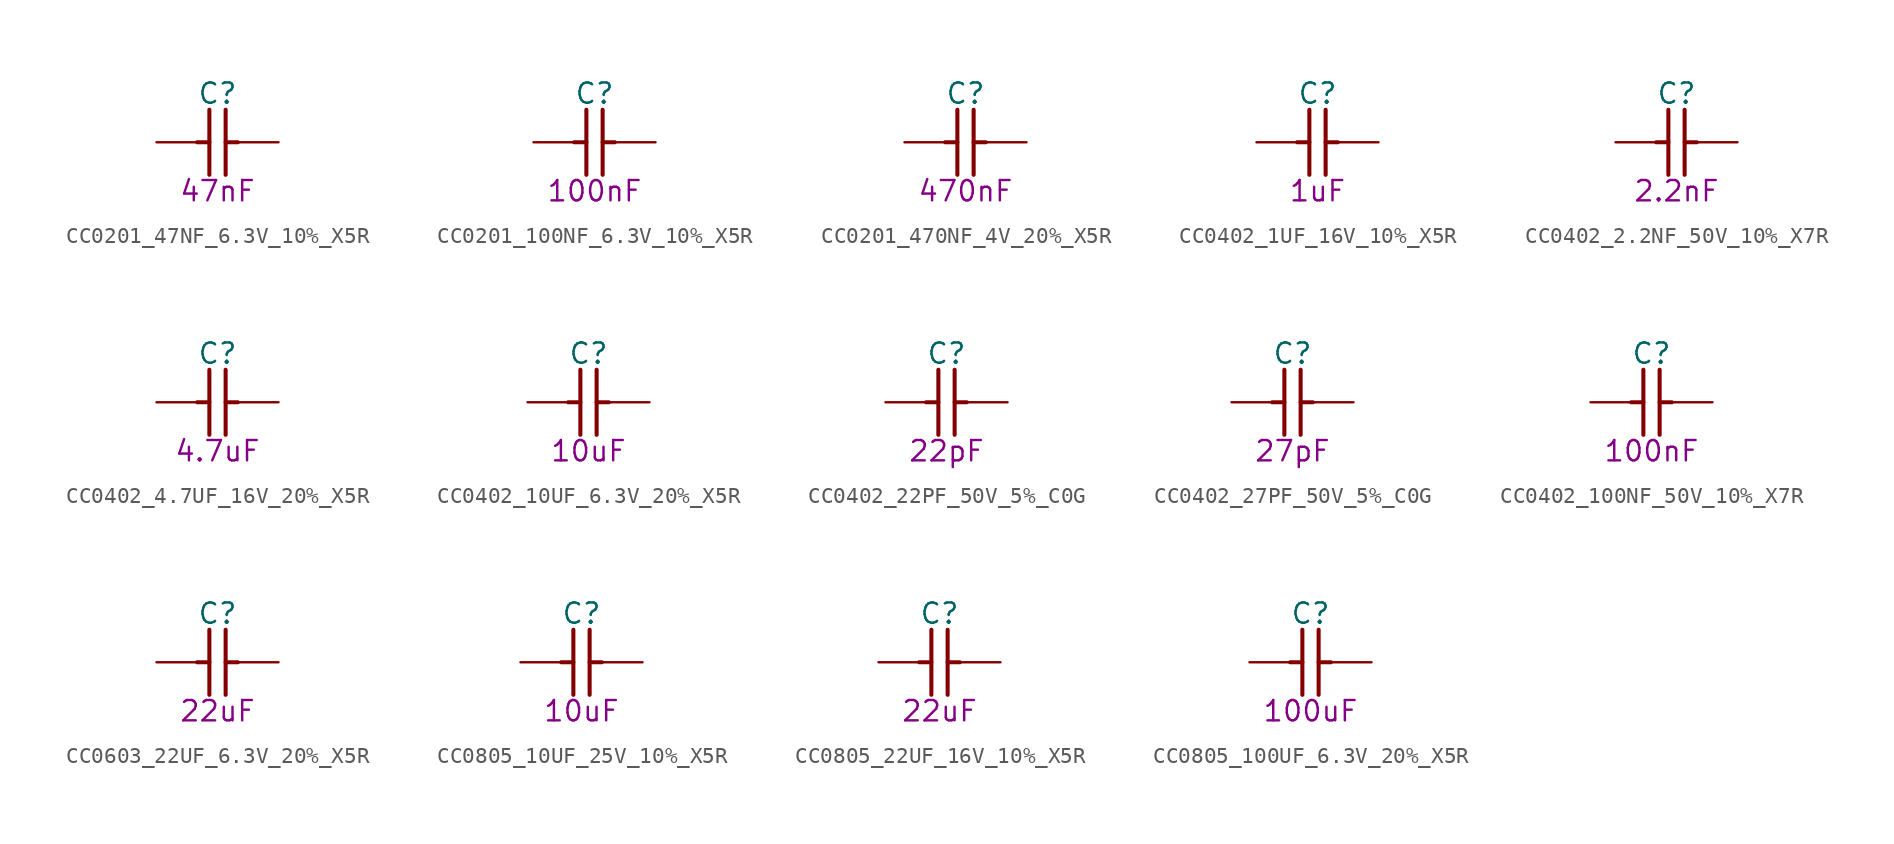
<source format=kicad_sym>
(kicad_symbol_lib
  (version 20241209)
  (generator "kicad_symbol_editor")
  (generator_version "9.0")
  (symbol "CC0201_47NF_6.3V_10%_X5R"
    (pin_names
      (offset 1.27))
    (property "Reference" "C"
      (at 3.81 3.048 0)
      (effects (font (size 1.27 1.27))))
    (property "Val" "47nF"
      (at 3.81 -3.048 0)
      (effects (font (size 1.27 1.27))))
    (property "ki_locked" ""
      (at 0 0 0)
      (effects (font (size 1.27 1.27))))
    (symbol "CC0201_47NF_6.3V_10%_X5R_0_1"
      (polyline (pts (xy 2.54 0) (xy 3.302 0)) (stroke (width 0.254) (type solid)) (fill (type none)))
      (polyline (pts (xy 3.302 -2.032) (xy 3.302 2.032)) (stroke (width 0.254) (type solid)) (fill (type none)))
      (polyline (pts (xy 4.318 2.032) (xy 4.318 -2.032)) (stroke (width 0.254) (type solid)) (fill (type none)))
      (polyline (pts (xy 5.08 0) (xy 4.318 0)) (stroke (width 0.254) (type solid)) (fill (type none)))
      (pin passive line (at 0 0 0) (length 2.54) (name "1" (effects (font (size 0 0)))) (number "1" (effects (font (size 0 0)))))
      (pin passive line (at 7.62 0 180) (length 2.54) (name "2" (effects (font (size 0 0)))) (number "2" (effects (font (size 0 0)))))))
  (symbol "CC0201_100NF_6.3V_10%_X5R"
    (pin_names
      (offset 1.27))
    (property "Reference" "C"
      (at 3.81 3.048 0)
      (effects (font (size 1.27 1.27))))
    (property "Val" "100nF"
      (at 3.81 -3.048 0)
      (effects (font (size 1.27 1.27))))
    (property "ki_locked" ""
      (at 0 0 0)
      (effects (font (size 1.27 1.27))))
    (symbol "CC0201_100NF_6.3V_10%_X5R_0_1"
      (polyline (pts (xy 2.54 0) (xy 3.302 0)) (stroke (width 0.254) (type default)) (fill (type none)))
      (polyline (pts (xy 3.302 -2.032) (xy 3.302 2.032)) (stroke (width 0.254) (type default)) (fill (type none)))
      (polyline (pts (xy 4.318 2.032) (xy 4.318 -2.032)) (stroke (width 0.254) (type default)) (fill (type none)))
      (polyline (pts (xy 5.08 0) (xy 4.318 0)) (stroke (width 0.254) (type default)) (fill (type none)))
      (pin passive line (at 0 0 0) (length 2.54) (name "1" (effects (font (size 0 0)))) (number "1" (effects (font (size 0 0)))))
      (pin passive line (at 7.62 0 180) (length 2.54) (name "2" (effects (font (size 0 0)))) (number "2" (effects (font (size 0 0)))))))
  (symbol "CC0201_470NF_4V_20%_X5R"
    (pin_names
      (offset 1.27))
    (property "Reference" "C"
      (at 3.81 3.048 0)
      (effects (font (size 1.27 1.27))))
    (property "Val" "470nF"
      (at 3.81 -3.048 0)
      (effects (font (size 1.27 1.27))))
    (property "ki_locked" ""
      (at 0 0 0)
      (effects (font (size 1.27 1.27))))
    (symbol "CC0201_470NF_4V_20%_X5R_0_1"
      (polyline (pts (xy 2.54 0) (xy 3.302 0)) (stroke (width 0.254) (type solid)) (fill (type none)))
      (polyline (pts (xy 3.302 -2.032) (xy 3.302 2.032)) (stroke (width 0.254) (type solid)) (fill (type none)))
      (polyline (pts (xy 4.318 2.032) (xy 4.318 -2.032)) (stroke (width 0.254) (type solid)) (fill (type none)))
      (polyline (pts (xy 5.08 0) (xy 4.318 0)) (stroke (width 0.254) (type solid)) (fill (type none)))
      (pin passive line (at 0 0 0) (length 2.54) (name "1" (effects (font (size 0 0)))) (number "1" (effects (font (size 0 0)))))
      (pin passive line (at 7.62 0 180) (length 2.54) (name "2" (effects (font (size 0 0)))) (number "2" (effects (font (size 0 0)))))))
  (symbol "CC0402_1UF_16V_10%_X5R"
    (pin_names
      (offset 1.27))
    (property "Reference" "C"
      (at 3.81 3.048 0)
      (effects (font (size 1.27 1.27))))
    (property "Val" "1uF"
      (at 3.81 -3.048 0)
      (effects (font (size 1.27 1.27))))
    (property "ki_locked" ""
      (at 0 0 0)
      (effects (font (size 1.27 1.27))))
    (symbol "CC0402_1UF_16V_10%_X5R_0_1"
      (polyline (pts (xy 2.54 0) (xy 3.302 0)) (stroke (width 0.254) (type default)) (fill (type none)))
      (polyline (pts (xy 3.302 -2.032) (xy 3.302 2.032)) (stroke (width 0.254) (type default)) (fill (type none)))
      (polyline (pts (xy 4.318 2.032) (xy 4.318 -2.032)) (stroke (width 0.254) (type default)) (fill (type none)))
      (polyline (pts (xy 5.08 0) (xy 4.318 0)) (stroke (width 0.254) (type default)) (fill (type none)))
      (pin passive line (at 0 0 0) (length 2.54) (name "1" (effects (font (size 0 0)))) (number "1" (effects (font (size 0 0)))))
      (pin passive line (at 7.62 0 180) (length 2.54) (name "2" (effects (font (size 0 0)))) (number "2" (effects (font (size 0 0)))))))
  (symbol "CC0402_2.2NF_50V_10%_X7R"
    (pin_names
      (offset 1.27))
    (property "Reference" "C"
      (at 3.81 3.048 0)
      (effects (font (size 1.27 1.27))))
    (property "Val" "2.2nF"
      (at 3.81 -3.048 0)
      (effects (font (size 1.27 1.27))))
    (property "ki_locked" ""
      (at 0 0 0)
      (effects (font (size 1.27 1.27))))
    (symbol "CC0402_2.2NF_50V_10%_X7R_0_1"
      (polyline (pts (xy 2.54 0) (xy 3.302 0)) (stroke (width 0.254) (type default)) (fill (type none)))
      (polyline (pts (xy 3.302 -2.032) (xy 3.302 2.032)) (stroke (width 0.254) (type default)) (fill (type none)))
      (polyline (pts (xy 4.318 2.032) (xy 4.318 -2.032)) (stroke (width 0.254) (type default)) (fill (type none)))
      (polyline (pts (xy 5.08 0) (xy 4.318 0)) (stroke (width 0.254) (type default)) (fill (type none)))
      (pin passive line (at 0 0 0) (length 2.54) (name "1" (effects (font (size 0 0)))) (number "1" (effects (font (size 0 0)))))
      (pin passive line (at 7.62 0 180) (length 2.54) (name "2" (effects (font (size 0 0)))) (number "2" (effects (font (size 0 0)))))))
  (symbol "CC0402_4.7UF_16V_20%_X5R"
    (pin_names
      (offset 1.27))
    (property "Reference" "C"
      (at 3.81 3.048 0)
      (effects (font (size 1.27 1.27))))
    (property "Val" "4.7uF"
      (at 3.81 -3.048 0)
      (effects (font (size 1.27 1.27))))
    (property "ki_locked" ""
      (at 0 0 0)
      (effects (font (size 1.27 1.27))))
    (symbol "CC0402_4.7UF_16V_20%_X5R_0_1"
      (polyline (pts (xy 2.54 0) (xy 3.302 0)) (stroke (width 0.254) (type solid)) (fill (type none)))
      (polyline (pts (xy 3.302 -2.032) (xy 3.302 2.032)) (stroke (width 0.254) (type solid)) (fill (type none)))
      (polyline (pts (xy 4.318 2.032) (xy 4.318 -2.032)) (stroke (width 0.254) (type solid)) (fill (type none)))
      (polyline (pts (xy 5.08 0) (xy 4.318 0)) (stroke (width 0.254) (type solid)) (fill (type none)))
      (pin passive line (at 0 0 0) (length 2.54) (name "1" (effects (font (size 0 0)))) (number "1" (effects (font (size 0 0)))))
      (pin passive line (at 7.62 0 180) (length 2.54) (name "2" (effects (font (size 0 0)))) (number "2" (effects (font (size 0 0)))))))
  (symbol "CC0402_10UF_6.3V_20%_X5R"
    (pin_names
      (offset 1.27))
    (property "Reference" "C"
      (at 3.81 3.048 0)
      (effects (font (size 1.27 1.27))))
    (property "Val" "10uF"
      (at 3.81 -3.048 0)
      (effects (font (size 1.27 1.27))))
    (property "ki_locked" ""
      (at 0 0 0)
      (effects (font (size 1.27 1.27))))
    (symbol "CC0402_10UF_6.3V_20%_X5R_0_1"
      (polyline (pts (xy 2.54 0) (xy 3.302 0)) (stroke (width 0.254) (type solid)) (fill (type none)))
      (polyline (pts (xy 3.302 -2.032) (xy 3.302 2.032)) (stroke (width 0.254) (type solid)) (fill (type none)))
      (polyline (pts (xy 4.318 2.032) (xy 4.318 -2.032)) (stroke (width 0.254) (type solid)) (fill (type none)))
      (polyline (pts (xy 5.08 0) (xy 4.318 0)) (stroke (width 0.254) (type solid)) (fill (type none)))
      (pin passive line (at 0 0 0) (length 2.54) (name "1" (effects (font (size 0 0)))) (number "1" (effects (font (size 0 0)))))
      (pin passive line (at 7.62 0 180) (length 2.54) (name "2" (effects (font (size 0 0)))) (number "2" (effects (font (size 0 0)))))))
  (symbol "CC0402_22PF_50V_5%_C0G"
    (pin_names
      (offset 1.27))
    (property "Reference" "C"
      (at 3.81 3.048 0)
      (effects (font (size 1.27 1.27))))
    (property "Val" "22pF"
      (at 3.81 -3.048 0)
      (effects (font (size 1.27 1.27))))
    (property "ki_locked" ""
      (at 0 0 0)
      (effects (font (size 1.27 1.27))))
    (symbol "CC0402_22PF_50V_5%_C0G_0_1"
      (polyline (pts (xy 2.54 0) (xy 3.302 0)) (stroke (width 0.254) (type solid)) (fill (type none)))
      (polyline (pts (xy 3.302 -2.032) (xy 3.302 2.032)) (stroke (width 0.254) (type solid)) (fill (type none)))
      (polyline (pts (xy 4.318 2.032) (xy 4.318 -2.032)) (stroke (width 0.254) (type solid)) (fill (type none)))
      (polyline (pts (xy 5.08 0) (xy 4.318 0)) (stroke (width 0.254) (type solid)) (fill (type none)))
      (pin passive line (at 0 0 0) (length 2.54) (name "1" (effects (font (size 0 0)))) (number "1" (effects (font (size 0 0)))))
      (pin passive line (at 7.62 0 180) (length 2.54) (name "2" (effects (font (size 0 0)))) (number "2" (effects (font (size 0 0)))))))
  (symbol "CC0402_27PF_50V_5%_C0G"
    (pin_names
      (offset 1.27))
    (property "Reference" "C"
      (at 3.81 3.048 0)
      (effects (font (size 1.27 1.27))))
    (property "Val" "27pF"
      (at 3.81 -3.048 0)
      (effects (font (size 1.27 1.27))))
    (property "ki_locked" ""
      (at 0 0 0)
      (effects (font (size 1.27 1.27))))
    (symbol "CC0402_27PF_50V_5%_C0G_0_1"
      (polyline (pts (xy 2.54 0) (xy 3.302 0)) (stroke (width 0.254) (type solid)) (fill (type none)))
      (polyline (pts (xy 3.302 -2.032) (xy 3.302 2.032)) (stroke (width 0.254) (type solid)) (fill (type none)))
      (polyline (pts (xy 4.318 2.032) (xy 4.318 -2.032)) (stroke (width 0.254) (type solid)) (fill (type none)))
      (polyline (pts (xy 5.08 0) (xy 4.318 0)) (stroke (width 0.254) (type solid)) (fill (type none)))
      (pin passive line (at 0 0 0) (length 2.54) (name "1" (effects (font (size 0 0)))) (number "1" (effects (font (size 0 0)))))
      (pin passive line (at 7.62 0 180) (length 2.54) (name "2" (effects (font (size 0 0)))) (number "2" (effects (font (size 0 0)))))))
  (symbol "CC0402_100NF_50V_10%_X7R"
    (pin_names
      (offset 1.27))
    (property "Reference" "C"
      (at 3.81 3.048 0)
      (effects (font (size 1.27 1.27))))
    (property "Val" "100nF"
      (at 3.81 -3.048 0)
      (effects (font (size 1.27 1.27))))
    (property "ki_locked" ""
      (at 0 0 0)
      (effects (font (size 1.27 1.27))))
    (symbol "CC0402_100NF_50V_10%_X7R_0_1"
      (polyline (pts (xy 2.54 0) (xy 3.302 0)) (stroke (width 0.254) (type solid)) (fill (type none)))
      (polyline (pts (xy 3.302 -2.032) (xy 3.302 2.032)) (stroke (width 0.254) (type solid)) (fill (type none)))
      (polyline (pts (xy 4.318 2.032) (xy 4.318 -2.032)) (stroke (width 0.254) (type solid)) (fill (type none)))
      (polyline (pts (xy 5.08 0) (xy 4.318 0)) (stroke (width 0.254) (type solid)) (fill (type none)))
      (pin passive line (at 0 0 0) (length 2.54) (name "1" (effects (font (size 0 0)))) (number "1" (effects (font (size 0 0)))))
      (pin passive line (at 7.62 0 180) (length 2.54) (name "2" (effects (font (size 0 0)))) (number "2" (effects (font (size 0 0)))))))
  (symbol "CC0603_22UF_6.3V_20%_X5R"
    (pin_names
      (offset 1.27))
    (property "Reference" "C"
      (at 3.81 3.048 0)
      (effects (font (size 1.27 1.27))))
    (property "Val" "22uF"
      (at 3.81 -3.048 0)
      (effects (font (size 1.27 1.27))))
    (property "ki_locked" ""
      (at 0 0 0)
      (effects (font (size 1.27 1.27))))
    (symbol "CC0603_22UF_6.3V_20%_X5R_0_1"
      (polyline (pts (xy 2.54 0) (xy 3.302 0)) (stroke (width 0.254) (type default)) (fill (type none)))
      (polyline (pts (xy 3.302 -2.032) (xy 3.302 2.032)) (stroke (width 0.254) (type default)) (fill (type none)))
      (polyline (pts (xy 4.318 2.032) (xy 4.318 -2.032)) (stroke (width 0.254) (type default)) (fill (type none)))
      (polyline (pts (xy 5.08 0) (xy 4.318 0)) (stroke (width 0.254) (type default)) (fill (type none)))
      (pin passive line (at 0 0 0) (length 2.54) (name "1" (effects (font (size 0 0)))) (number "1" (effects (font (size 0 0)))))
      (pin passive line (at 7.62 0 180) (length 2.54) (name "2" (effects (font (size 0 0)))) (number "2" (effects (font (size 0 0)))))))
  (symbol "CC0805_10UF_25V_10%_X5R"
    (pin_names
      (offset 1.27))
    (property "Reference" "C"
      (at 3.81 3.048 0)
      (effects (font (size 1.27 1.27))))
    (property "Val" "10uF"
      (at 3.81 -3.048 0)
      (effects (font (size 1.27 1.27))))
    (property "ki_locked" ""
      (at 0 0 0)
      (effects (font (size 1.27 1.27))))
    (symbol "CC0805_10UF_25V_10%_X5R_0_1"
      (polyline (pts (xy 2.54 0) (xy 3.302 0)) (stroke (width 0.254) (type solid)) (fill (type none)))
      (polyline (pts (xy 3.302 -2.032) (xy 3.302 2.032)) (stroke (width 0.254) (type solid)) (fill (type none)))
      (polyline (pts (xy 4.318 2.032) (xy 4.318 -2.032)) (stroke (width 0.254) (type solid)) (fill (type none)))
      (polyline (pts (xy 5.08 0) (xy 4.318 0)) (stroke (width 0.254) (type solid)) (fill (type none)))
      (pin passive line (at 0 0 0) (length 2.54) (name "1" (effects (font (size 0 0)))) (number "1" (effects (font (size 0 0)))))
      (pin passive line (at 7.62 0 180) (length 2.54) (name "2" (effects (font (size 0 0)))) (number "2" (effects (font (size 0 0)))))))
  (symbol "CC0805_22UF_16V_10%_X5R"
    (pin_names
      (offset 1.27))
    (property "Reference" "C"
      (at 3.81 3.048 0)
      (effects (font (size 1.27 1.27))))
    (property "Val" "22uF"
      (at 3.81 -3.048 0)
      (effects (font (size 1.27 1.27))))
    (property "ki_locked" ""
      (at 0 0 0)
      (effects (font (size 1.27 1.27))))
    (symbol "CC0805_22UF_16V_10%_X5R_0_1"
      (polyline (pts (xy 2.54 0) (xy 3.302 0)) (stroke (width 0.254) (type solid)) (fill (type none)))
      (polyline (pts (xy 3.302 -2.032) (xy 3.302 2.032)) (stroke (width 0.254) (type solid)) (fill (type none)))
      (polyline (pts (xy 4.318 2.032) (xy 4.318 -2.032)) (stroke (width 0.254) (type solid)) (fill (type none)))
      (polyline (pts (xy 5.08 0) (xy 4.318 0)) (stroke (width 0.254) (type solid)) (fill (type none)))
      (pin passive line (at 0 0 0) (length 2.54) (name "1" (effects (font (size 0 0)))) (number "1" (effects (font (size 0 0)))))
      (pin passive line (at 7.62 0 180) (length 2.54) (name "2" (effects (font (size 0 0)))) (number "2" (effects (font (size 0 0)))))))
  (symbol "CC0805_100UF_6.3V_20%_X5R"
    (pin_names
      (offset 1.27))
    (property "Reference" "C"
      (at 3.81 3.048 0)
      (effects (font (size 1.27 1.27))))
    (property "Val" "100uF"
      (at 3.81 -3.048 0)
      (effects (font (size 1.27 1.27))))
    (property "ki_locked" ""
      (at 0 0 0)
      (effects (font (size 1.27 1.27))))
    (symbol "CC0805_100UF_6.3V_20%_X5R_0_1"
      (polyline (pts (xy 2.54 0) (xy 3.302 0)) (stroke (width 0.254) (type solid)) (fill (type none)))
      (polyline (pts (xy 3.302 -2.032) (xy 3.302 2.032)) (stroke (width 0.254) (type solid)) (fill (type none)))
      (polyline (pts (xy 4.318 2.032) (xy 4.318 -2.032)) (stroke (width 0.254) (type solid)) (fill (type none)))
      (polyline (pts (xy 5.08 0) (xy 4.318 0)) (stroke (width 0.254) (type solid)) (fill (type none)))
      (pin passive line (at 0 0 0) (length 2.54) (name "1" (effects (font (size 0 0)))) (number "1" (effects (font (size 0 0)))))
      (pin passive line (at 7.62 0 180) (length 2.54) (name "2" (effects (font (size 0 0)))) (number "2" (effects (font (size 0 0))))))))
</source>
